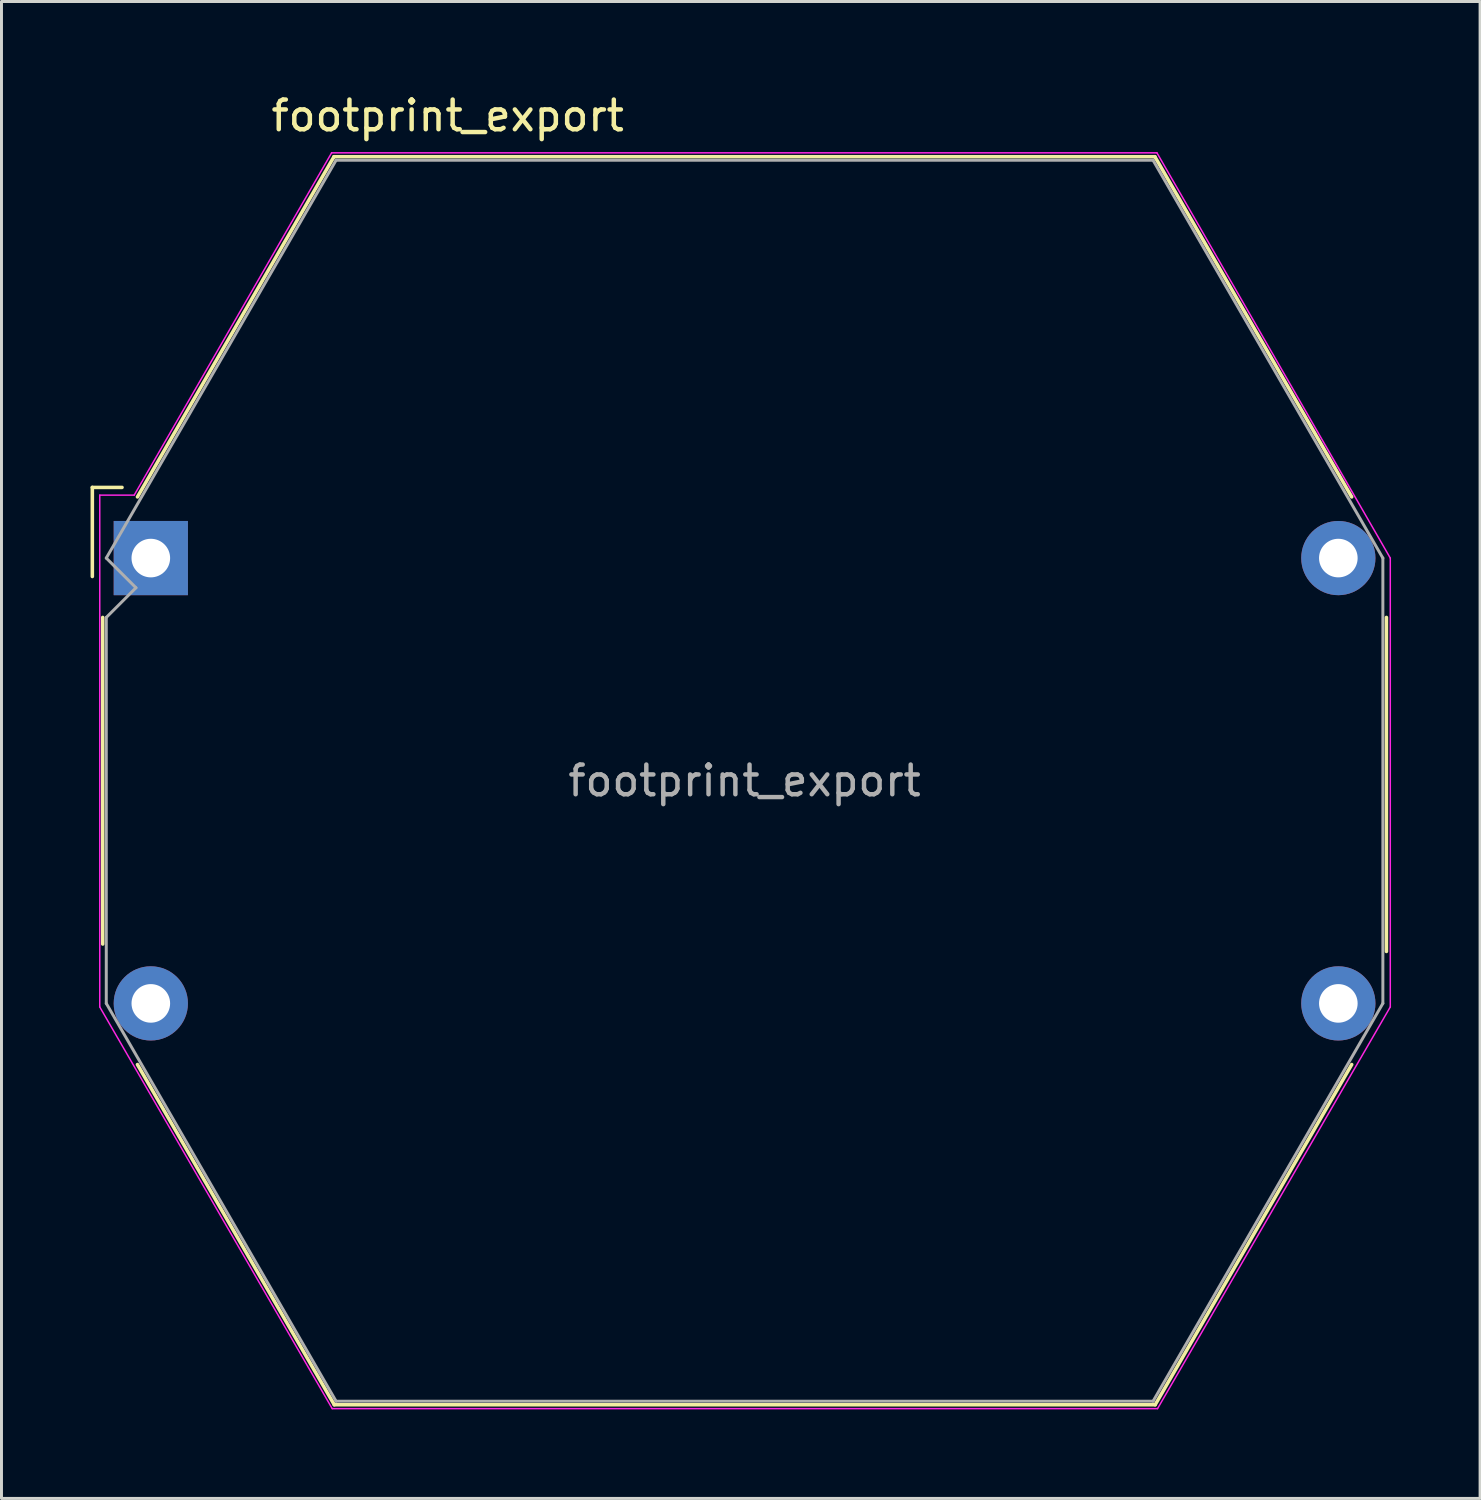
<source format=kicad_pcb>
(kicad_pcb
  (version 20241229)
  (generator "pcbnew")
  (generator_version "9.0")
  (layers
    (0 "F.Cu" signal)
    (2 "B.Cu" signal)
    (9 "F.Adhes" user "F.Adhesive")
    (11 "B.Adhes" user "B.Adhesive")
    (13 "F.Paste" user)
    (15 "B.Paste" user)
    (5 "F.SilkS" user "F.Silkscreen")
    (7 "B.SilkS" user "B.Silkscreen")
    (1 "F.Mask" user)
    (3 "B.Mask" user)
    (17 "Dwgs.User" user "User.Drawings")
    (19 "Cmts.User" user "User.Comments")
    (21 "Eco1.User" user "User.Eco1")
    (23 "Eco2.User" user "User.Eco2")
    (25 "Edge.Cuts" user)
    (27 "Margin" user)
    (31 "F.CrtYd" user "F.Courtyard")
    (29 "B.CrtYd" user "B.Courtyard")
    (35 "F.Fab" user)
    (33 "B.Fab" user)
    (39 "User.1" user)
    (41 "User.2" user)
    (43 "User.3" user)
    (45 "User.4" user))
  (footprint "footprint_export"
    (layer "F.Cu")
    (at 2.03 15.748)
    (property "Reference" "footprint_export" (at 10 -14.9 0) (layer "F.SilkS") (effects (font (size 1 1) (thickness 0.15))))
    (attr through_hole)
    (fp_line (start -1.97 -2.38) (end -1.97 0.62) (stroke (width 0.12) (type solid)) (layer "F.SilkS"))
    (fp_line (start -1.97 -2.38) (end -0.97 -2.38) (stroke (width 0.12) (type solid)) (layer "F.SilkS"))
    (fp_line (start -1.62 13) (end -1.62 2) (stroke (width 0.12) (type solid)) (layer "F.SilkS"))
    (fp_line (start -0.45 -2.06) (end 6.17 -13.52) (stroke (width 0.12) (type solid)) (layer "F.SilkS"))
    (fp_line (start 6.17 -13.52) (end 33.82 -13.52) (stroke (width 0.12) (type solid)) (layer "F.SilkS"))
    (fp_line (start 6.18 28.52) (end -0.45 17.06) (stroke (width 0.12) (type solid)) (layer "F.SilkS"))
    (fp_line (start 33.82 -13.52) (end 40.45 -2.06) (stroke (width 0.12) (type solid)) (layer "F.SilkS"))
    (fp_line (start 33.83 28.52) (end 6.18 28.52) (stroke (width 0.12) (type solid)) (layer "F.SilkS"))
    (fp_line (start 40.45 17.06) (end 33.83 28.52) (stroke (width 0.12) (type solid)) (layer "F.SilkS"))
    (fp_line (start 41.62 2) (end 41.62 13.25) (stroke (width 0.12) (type solid)) (layer "F.SilkS"))
    (fp_line (start -1.72 -2.12) (end -0.56 -2.12) (stroke (width 0.05) (type solid)) (layer "F.CrtYd"))
    (fp_line (start -1.72 15.12) (end -1.72 -2.12) (stroke (width 0.05) (type solid)) (layer "F.CrtYd"))
    (fp_line (start -0.56 -2.12) (end 6.09 -13.65) (stroke (width 0.05) (type solid)) (layer "F.CrtYd"))
    (fp_line (start 6.09 -13.65) (end 33.89 -13.65) (stroke (width 0.05) (type solid)) (layer "F.CrtYd"))
    (fp_line (start 6.11 28.65) (end -1.72 15.12) (stroke (width 0.05) (type solid)) (layer "F.CrtYd"))
    (fp_line (start 33.89 -13.65) (end 41.75 0) (stroke (width 0.05) (type solid)) (layer "F.CrtYd"))
    (fp_line (start 33.91 28.65) (end 6.11 28.65) (stroke (width 0.05) (type solid)) (layer "F.CrtYd"))
    (fp_line (start 41.75 0) (end 41.75 15.12) (stroke (width 0.05) (type solid)) (layer "F.CrtYd"))
    (fp_line (start 41.75 15.12) (end 33.91 28.65) (stroke (width 0.05) (type solid)) (layer "F.CrtYd"))
    (fp_line (start -1.5 0) (end 6.24 -13.4) (stroke (width 0.1) (type solid)) (layer "F.Fab"))
    (fp_line (start -1.5 2) (end -0.5 1) (stroke (width 0.1) (type solid)) (layer "F.Fab"))
    (fp_line (start -1.5 15) (end -1.5 2) (stroke (width 0.1) (type solid)) (layer "F.Fab"))
    (fp_line (start -0.5 1) (end -1.5 0) (stroke (width 0.1) (type solid)) (layer "F.Fab"))
    (fp_line (start 6.24 -13.4) (end 33.76 -13.4) (stroke (width 0.1) (type solid)) (layer "F.Fab"))
    (fp_line (start 6.24 28.4) (end -1.5 15) (stroke (width 0.1) (type solid)) (layer "F.Fab"))
    (fp_line (start 33.76 -13.4) (end 41.5 0) (stroke (width 0.1) (type solid)) (layer "F.Fab"))
    (fp_line (start 33.76 28.4) (end 6.24 28.4) (stroke (width 0.1) (type solid)) (layer "F.Fab"))
    (fp_line (start 41.5 0) (end 41.5 15) (stroke (width 0.1) (type solid)) (layer "F.Fab"))
    (fp_line (start 41.5 15) (end 33.76 28.4) (stroke (width 0.1) (type solid)) (layer "F.Fab"))
    (fp_text user "${REFERENCE}" (at 20 7.5 0) (layer "F.Fab") (effects (font (size 1 1) (thickness 0.15))))
    (pad "1" thru_hole rect (at 0 0) (size 2.5 2.5) (drill 1.3) (layers "*.Cu" "*.Mask"))
    (pad "2" thru_hole circle (at 40 0) (size 2.5 2.5) (drill 1.3) (layers "*.Cu" "*.Mask"))
    (pad "3" thru_hole circle (at 0 15) (size 2.5 2.5) (drill 1.3) (layers "*.Cu" "*.Mask"))
    (pad "4" thru_hole circle (at 40 15) (size 2.5 2.5) (drill 1.3) (layers "*.Cu" "*.Mask")))
  (gr_rect
    (start -3 -3)
    (end 46.805 47.423)
    (stroke (width 0.1) (type default))
    (fill no)
    (layer "Edge.Cuts")))
</source>
